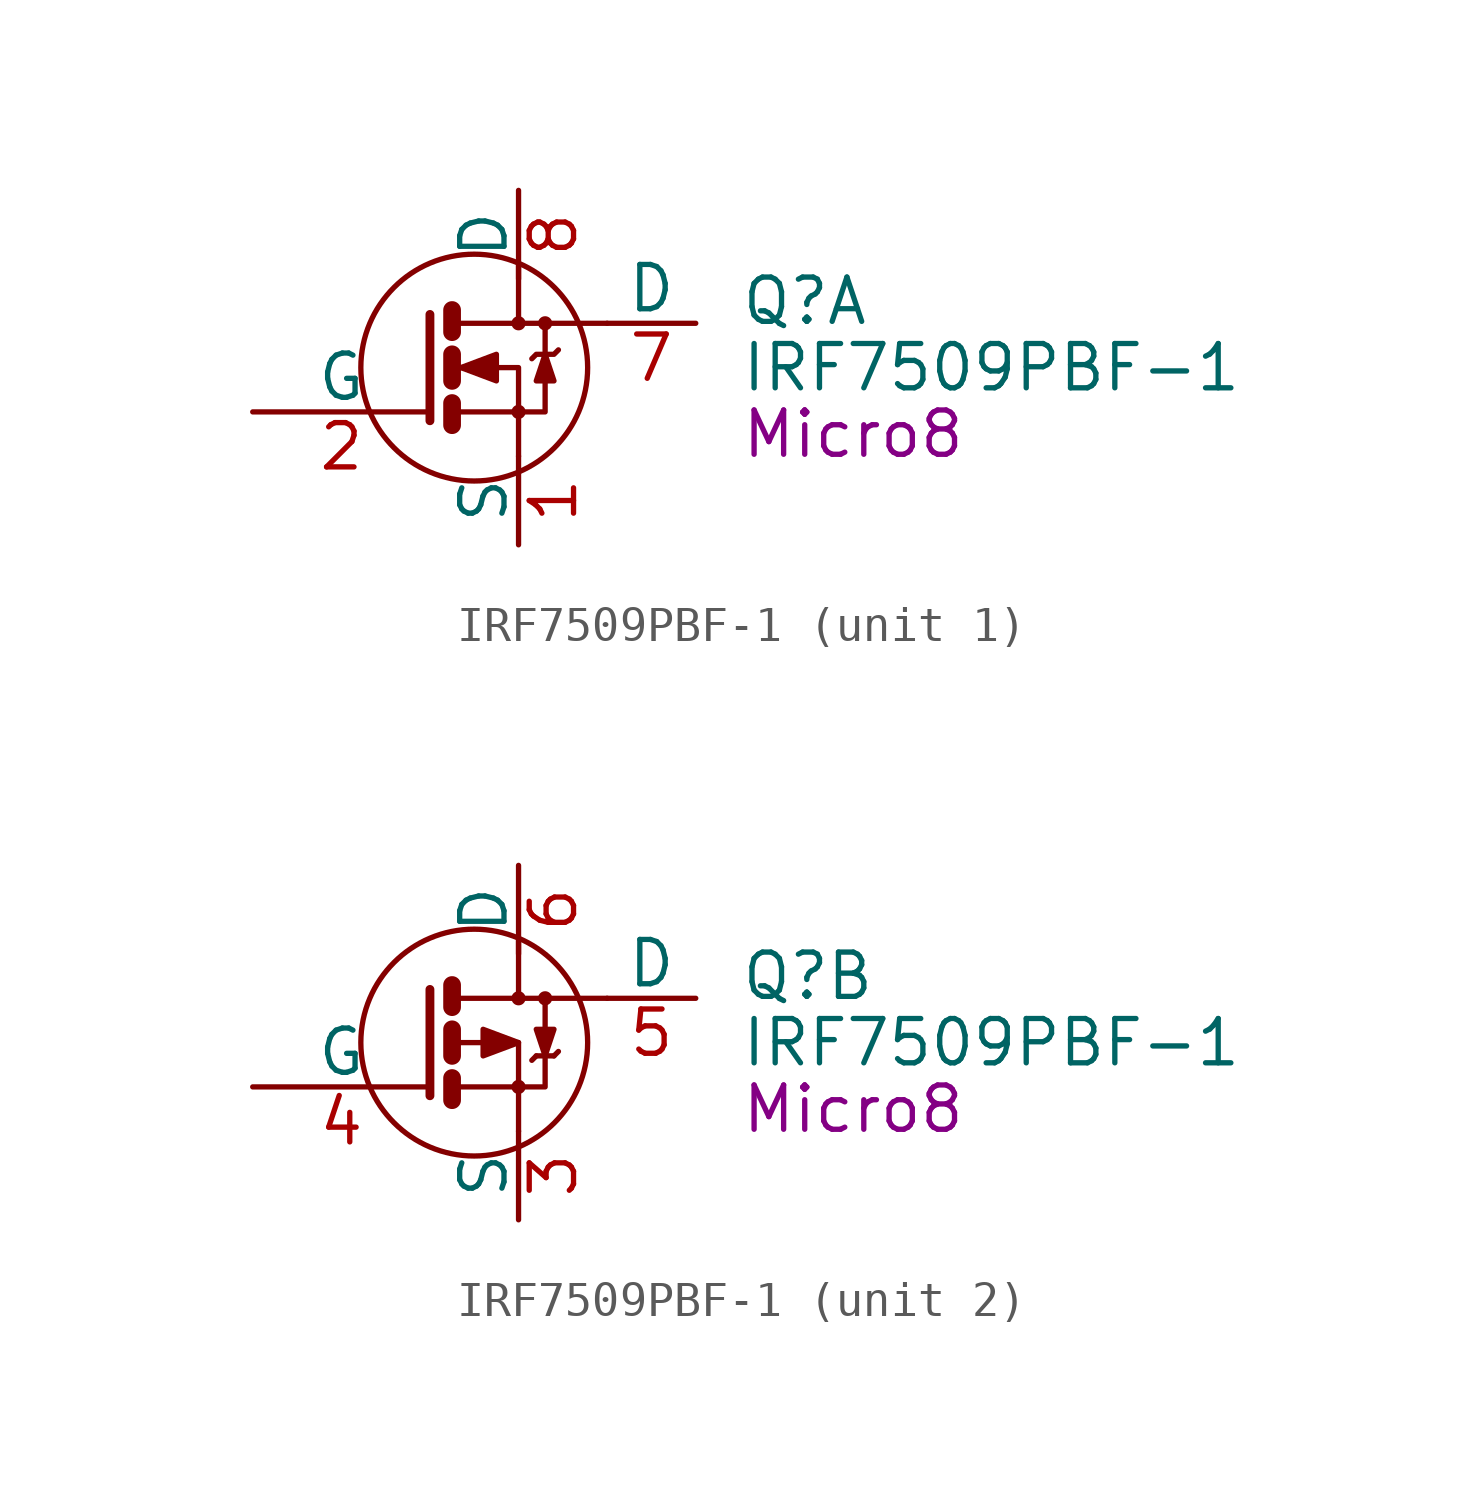
<source format=kicad_sym>
(kicad_symbol_lib
  (version 20241209)
  (generator "kicad_symbol_editor")
  (generator_version "9.0")
  (symbol "IRF7509PBF-1"
    (pin_names
      (offset 0))
    (property "Reference" "Q"
      (at 8.89 1.905 0)
      (effects (font (size 1.27 1.27)) (justify left)))
    (property "Value" "IRF7509PBF-1"
      (at 8.89 0 0)
      (effects (font (size 1.27 1.27)) (justify left)))
    (property "Footprint" "Micro8"
      (at 8.89 -1.905 0)
      (effects (font (size 1.27 1.27)) (justify left)))
    (property "Datasheet" ""
      (at 0 0 0)
      (effects (font (size 1.27 1.27)) (justify left)))
    (property "ki_locked" ""
      (at 0 0 0)
      (effects (font (size 1.27 1.27))))
    (symbol "IRF7509PBF-1_0_1"
      (polyline (pts (xy 0 1.524) (xy 0 -1.524) (xy 0 -1.524)) (stroke (width 0.254) (type solid)) (fill (type none)))
      (polyline (pts (xy 0.635 1.651) (xy 0.635 1.016)) (stroke (width 0.508) (type solid)) (fill (type none)))
      (polyline (pts (xy 0.635 0.381) (xy 0.635 -0.381)) (stroke (width 0.508) (type solid)) (fill (type none)))
      (polyline (pts (xy 0.635 -1.016) (xy 0.635 -1.651)) (stroke (width 0.508) (type solid)) (fill (type none)))
      (polyline (pts (xy 0.762 0) (xy 1.27 0) (xy 2.54 0) (xy 2.54 -1.27) (xy 2.54 -1.27)) (stroke (width 0) (type solid)) (fill (type none)))
      (polyline (pts (xy 0.762 -1.27) (xy 2.54 -1.27) (xy 2.54 -2.54) (xy 2.54 -2.54)) (stroke (width 0) (type solid)) (fill (type none)))
      (circle (center 1.27 0) (radius 3.251) (stroke (width 0) (type solid)) (fill (type none)))
      (polyline (pts (xy 2.54 2.921) (xy 2.54 1.27)) (stroke (width 0) (type solid)) (fill (type none)))
      (polyline (pts (xy 2.54 1.27) (xy 0.762 1.27)) (stroke (width 0) (type solid)) (fill (type none)))
      (polyline (pts (xy 2.54 1.27) (xy 3.302 1.27) (xy 3.302 -1.27) (xy 2.54 -1.27)) (stroke (width 0) (type solid)) (fill (type none)))
      (circle (center 2.54 1.27) (radius 0.127) (stroke (width 0) (type solid)) (fill (type none)))
      (circle (center 2.54 -1.27) (radius 0.127) (stroke (width 0) (type solid)) (fill (type none)))
      (polyline (pts (xy 3.302 1.27) (xy 5.08 1.27)) (stroke (width 0) (type solid)) (fill (type none)))
      (circle (center 3.302 1.27) (radius 0.127) (stroke (width 0) (type solid)) (fill (type none))))
    (symbol "IRF7509PBF-1_1_1"
      (polyline (pts (xy 0.889 0) (xy 1.905 0.381) (xy 1.905 -0.381) (xy 0.889 0) (xy 1.016 0) (xy 1.016 0)) (stroke (width 0) (type solid)) (fill (type outline)))
      (polyline (pts (xy 2.921 0.254) (xy 3.048 0.381) (xy 3.556 0.381) (xy 3.683 0.508)) (stroke (width 0) (type solid)) (fill (type none)))
      (polyline (pts (xy 3.302 0.381) (xy 3.048 -0.381) (xy 3.556 -0.381) (xy 3.302 0.381)) (stroke (width 0) (type solid)) (fill (type outline)))
      (pin input line (at -5.08 -1.27 0) (length 5.08) (name "G" (effects (font (size 1.27 1.27)))) (number "2" (effects (font (size 1.27 1.27)))))
      (pin passive line (at 2.54 5.08 270) (length 2.54) (name "D" (effects (font (size 1.27 1.27)))) (number "8" (effects (font (size 1.27 1.27)))))
      (pin passive line (at 2.54 -5.08 90) (length 2.54) (name "S" (effects (font (size 1.27 1.27)))) (number "1" (effects (font (size 1.27 1.27)))))
      (pin input line (at 7.62 1.27 180) (length 2.54) (name "D" (effects (font (size 1.27 1.27)))) (number "7" (effects (font (size 1.27 1.27))))))
    (symbol "IRF7509PBF-1_2_1"
      (polyline (pts (xy 2.54 0) (xy 1.524 0.381) (xy 1.524 -0.381) (xy 2.54 0)) (stroke (width 0) (type solid)) (fill (type outline)))
      (polyline (pts (xy 3.048 -0.381) (xy 2.921 -0.508)) (stroke (width 0) (type solid)) (fill (type none)))
      (polyline (pts (xy 3.302 -0.381) (xy 3.048 0.381) (xy 3.556 0.381) (xy 3.302 -0.381)) (stroke (width 0) (type solid)) (fill (type outline)))
      (polyline (pts (xy 3.556 -0.381) (xy 3.048 -0.381)) (stroke (width 0) (type solid)) (fill (type none)))
      (polyline (pts (xy 3.556 -0.381) (xy 3.683 -0.254)) (stroke (width 0) (type solid)) (fill (type none)))
      (pin input line (at -5.08 -1.27 0) (length 5.08) (name "G" (effects (font (size 1.27 1.27)))) (number "4" (effects (font (size 1.27 1.27)))))
      (pin passive line (at 2.54 5.08 270) (length 2.54) (name "D" (effects (font (size 1.27 1.27)))) (number "6" (effects (font (size 1.27 1.27)))))
      (pin passive line (at 2.54 -5.08 90) (length 2.54) (name "S" (effects (font (size 1.27 1.27)))) (number "3" (effects (font (size 1.27 1.27)))))
      (pin input line (at 7.62 1.27 180) (length 2.54) (name "D" (effects (font (size 1.27 1.27)))) (number "5" (effects (font (size 1.27 1.27))))))))
</source>
